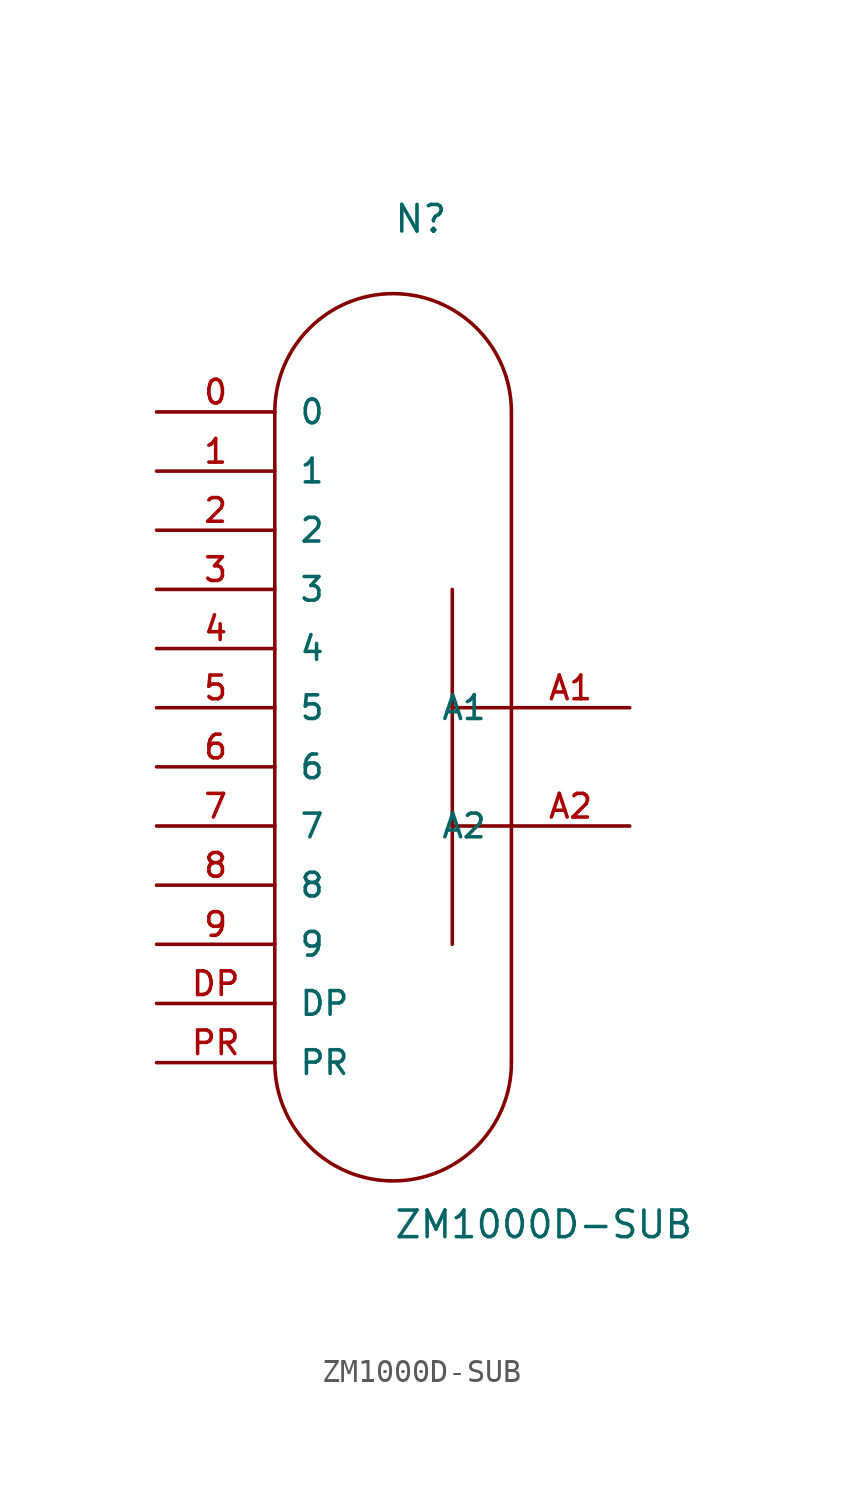
<source format=kicad_sym>
(kicad_symbol_lib
  (version 20211014)
  (generator kicad_symbol_editor)
  (symbol "ZM1000D-SUB"
    (pin_names
      (offset 1.016))
    (property "Reference" "N"
      (at 0 22.86 0)
      (effects (font (size 1.143 1.143)) (justify left bottom)))
    (property "Value" "ZM1000D-SUB"
      (at 0 -20.32 0)
      (effects (font (size 1.143 1.143)) (justify left bottom)))
    (property "ki_locked" ""
      (at 0 0 0)
      (effects (font (size 1.27 1.27))))
    (symbol "ZM1000D-SUB_1_0"
      (polyline (pts (xy -5.08 15.24) (xy -5.08 -12.7)) (stroke (width 0) (type default) (color 0 0 0 0)) (fill (type none)))
      (polyline (pts (xy 2.54 -2.54) (xy 2.54 -7.62)) (stroke (width 0) (type default) (color 0 0 0 0)) (fill (type none)))
      (polyline (pts (xy 2.54 2.54) (xy 2.54 -2.54)) (stroke (width 0) (type default) (color 0 0 0 0)) (fill (type none)))
      (polyline (pts (xy 2.54 2.54) (xy 5.08 2.54)) (stroke (width 0) (type default) (color 0 0 0 0)) (fill (type none)))
      (polyline (pts (xy 2.54 7.62) (xy 2.54 2.54)) (stroke (width 0) (type default) (color 0 0 0 0)) (fill (type none)))
      (polyline (pts (xy 5.08 -2.54) (xy 2.54 -2.54)) (stroke (width 0) (type default) (color 0 0 0 0)) (fill (type none)))
      (polyline (pts (xy 5.08 -2.54) (xy 5.08 -12.7)) (stroke (width 0) (type default) (color 0 0 0 0)) (fill (type none)))
      (polyline (pts (xy 5.08 2.54) (xy 5.08 -2.54)) (stroke (width 0) (type default) (color 0 0 0 0)) (fill (type none)))
      (polyline (pts (xy 5.08 15.24) (xy 5.08 2.54)) (stroke (width 0) (type default) (color 0 0 0 0)) (fill (type none))))
    (symbol "ZM1000D-SUB_1_1"
      (arc (start -5.08 -12.7) (mid 0 -17.78) (end 5.08 -12.7) (stroke (width 0) (type default) (color 0 0 0 0)) (fill (type none)))
      (arc (start 5.08 15.24) (mid 0 20.32) (end -5.08 15.24) (stroke (width 0) (type default) (color 0 0 0 0)) (fill (type none)))
      (pin passive line (at -10.16 15.24 0) (length 5.08) (name "0" (effects (font (size 1.016 1.016)))) (number "0" (effects (font (size 1.016 1.016)))))
      (pin passive line (at -10.16 12.7 0) (length 5.08) (name "1" (effects (font (size 1.016 1.016)))) (number "1" (effects (font (size 1.016 1.016)))))
      (pin passive line (at -10.16 10.16 0) (length 5.08) (name "2" (effects (font (size 1.016 1.016)))) (number "2" (effects (font (size 1.016 1.016)))))
      (pin passive line (at -10.16 7.62 0) (length 5.08) (name "3" (effects (font (size 1.016 1.016)))) (number "3" (effects (font (size 1.016 1.016)))))
      (pin passive line (at -10.16 5.08 0) (length 5.08) (name "4" (effects (font (size 1.016 1.016)))) (number "4" (effects (font (size 1.016 1.016)))))
      (pin passive line (at -10.16 2.54 0) (length 5.08) (name "5" (effects (font (size 1.016 1.016)))) (number "5" (effects (font (size 1.016 1.016)))))
      (pin passive line (at -10.16 0 0) (length 5.08) (name "6" (effects (font (size 1.016 1.016)))) (number "6" (effects (font (size 1.016 1.016)))))
      (pin passive line (at -10.16 -2.54 0) (length 5.08) (name "7" (effects (font (size 1.016 1.016)))) (number "7" (effects (font (size 1.016 1.016)))))
      (pin passive line (at -10.16 -5.08 0) (length 5.08) (name "8" (effects (font (size 1.016 1.016)))) (number "8" (effects (font (size 1.016 1.016)))))
      (pin passive line (at -10.16 -7.62 0) (length 5.08) (name "9" (effects (font (size 1.016 1.016)))) (number "9" (effects (font (size 1.016 1.016)))))
      (pin passive line (at 10.16 2.54 180) (length 5.08) (name "A1" (effects (font (size 1.016 1.016)))) (number "A1" (effects (font (size 1.016 1.016)))))
      (pin passive line (at 10.16 -2.54 180) (length 5.08) (name "A2" (effects (font (size 1.016 1.016)))) (number "A2" (effects (font (size 1.016 1.016)))))
      (pin passive line (at -10.16 -10.16 0) (length 5.08) (name "DP" (effects (font (size 1.016 1.016)))) (number "DP" (effects (font (size 1.016 1.016)))))
      (pin passive line (at -10.16 -12.7 0) (length 5.08) (name "PR" (effects (font (size 1.016 1.016)))) (number "PR" (effects (font (size 1.016 1.016))))))))
</source>
